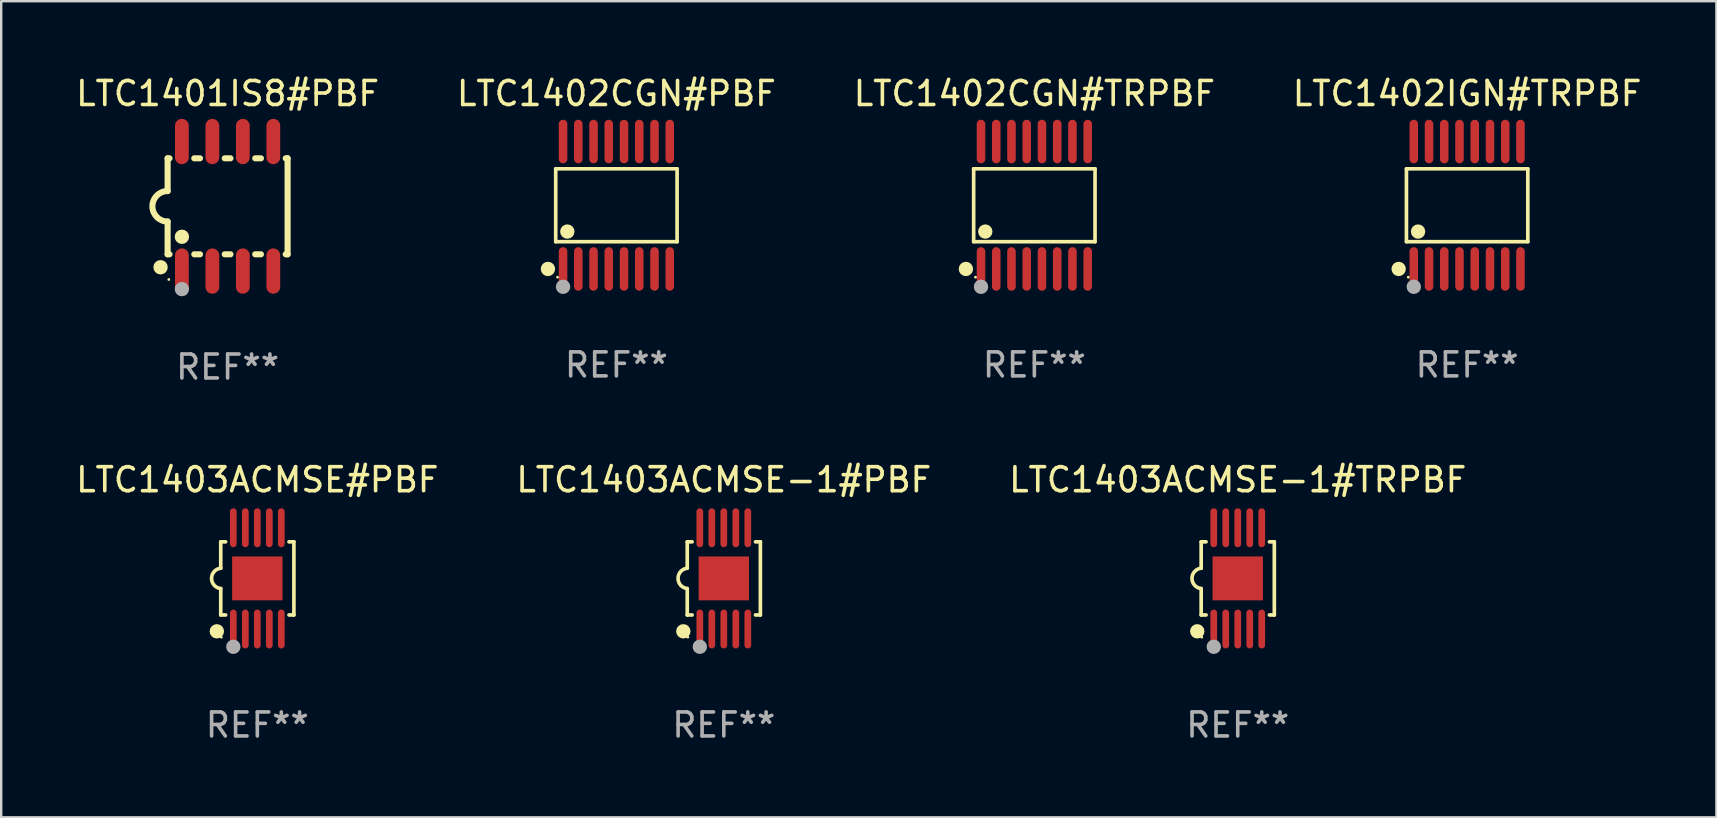
<source format=kicad_pcb>
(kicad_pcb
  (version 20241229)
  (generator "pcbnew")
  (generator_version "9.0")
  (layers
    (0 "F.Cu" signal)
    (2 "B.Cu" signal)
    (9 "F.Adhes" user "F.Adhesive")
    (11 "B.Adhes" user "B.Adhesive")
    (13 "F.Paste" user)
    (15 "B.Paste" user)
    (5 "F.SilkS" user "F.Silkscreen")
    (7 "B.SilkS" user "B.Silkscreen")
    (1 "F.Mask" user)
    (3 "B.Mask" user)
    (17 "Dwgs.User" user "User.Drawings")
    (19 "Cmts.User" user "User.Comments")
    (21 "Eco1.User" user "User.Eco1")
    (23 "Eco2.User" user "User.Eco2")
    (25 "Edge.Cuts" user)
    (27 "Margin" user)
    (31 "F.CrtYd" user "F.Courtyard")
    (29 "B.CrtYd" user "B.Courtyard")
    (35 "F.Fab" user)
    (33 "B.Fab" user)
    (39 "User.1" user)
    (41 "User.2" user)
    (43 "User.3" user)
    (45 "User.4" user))
  (footprint "LTC1402CGN#PBF"
    (layer "F.Cu")
    (at 22.637 5.503)
    (property "Reference" "LTC1402CGN#PBF" (at 0 -4.655 0) (layer "F.SilkS") (effects (font (size 1 1) (thickness 0.15))))
    (attr through_hole)
    (fp_line (start -2.529 -1.519) (end 2.529 -1.519) (stroke (width 0.152) (type solid)) (layer "F.SilkS"))
    (fp_line (start -2.529 1.519) (end -2.529 -1.519) (stroke (width 0.152) (type solid)) (layer "F.SilkS"))
    (fp_line (start 2.529 -1.519) (end 2.529 1.519) (stroke (width 0.152) (type solid)) (layer "F.SilkS"))
    (fp_line (start 2.529 1.519) (end -2.529 1.519) (stroke (width 0.152) (type solid)) (layer "F.SilkS"))
    (fp_circle (center -2.853 2.655) (end -2.703 2.655) (stroke (width 0.3) (type solid)) (fill no) (layer "F.SilkS"))
    (fp_circle (center -2.453 2.998) (end -2.423 2.998) (stroke (width 0.06) (type solid)) (fill no) (layer "F.SilkS"))
    (fp_circle (center -2.045 1.097) (end -1.895 1.097) (stroke (width 0.3) (type solid)) (fill no) (layer "F.SilkS"))
    (fp_circle (center -2.223 3.398) (end -2.072 3.398) (stroke (width 0.3) (type solid)) (fill no) (layer "F.Fab"))
    (fp_text user "REF**" (at 0 6.655 0) (layer "F.Fab") (effects (font (size 1 1) (thickness 0.15))))
    (pad "1" smd oval (at -2.223 2.655) (size 0.356 1.815) (layers "F.Cu" "F.Mask" "F.Paste"))
    (pad "2" smd oval (at -1.588 2.655) (size 0.356 1.815) (layers "F.Cu" "F.Mask" "F.Paste"))
    (pad "3" smd oval (at -0.953 2.655) (size 0.356 1.815) (layers "F.Cu" "F.Mask" "F.Paste"))
    (pad "4" smd oval (at -0.318 2.655) (size 0.356 1.815) (layers "F.Cu" "F.Mask" "F.Paste"))
    (pad "5" smd oval (at 0.318 2.655) (size 0.356 1.815) (layers "F.Cu" "F.Mask" "F.Paste"))
    (pad "6" smd oval (at 0.953 2.655) (size 0.356 1.815) (layers "F.Cu" "F.Mask" "F.Paste"))
    (pad "7" smd oval (at 1.588 2.655) (size 0.356 1.815) (layers "F.Cu" "F.Mask" "F.Paste"))
    (pad "8" smd oval (at 2.223 2.655) (size 0.356 1.815) (layers "F.Cu" "F.Mask" "F.Paste"))
    (pad "9" smd oval (at 2.223 -2.655) (size 0.356 1.815) (layers "F.Cu" "F.Mask" "F.Paste"))
    (pad "10" smd oval (at 1.588 -2.655) (size 0.356 1.815) (layers "F.Cu" "F.Mask" "F.Paste"))
    (pad "11" smd oval (at 0.953 -2.655) (size 0.356 1.815) (layers "F.Cu" "F.Mask" "F.Paste"))
    (pad "12" smd oval (at 0.318 -2.655) (size 0.356 1.815) (layers "F.Cu" "F.Mask" "F.Paste"))
    (pad "13" smd oval (at -0.318 -2.655) (size 0.356 1.815) (layers "F.Cu" "F.Mask" "F.Paste"))
    (pad "14" smd oval (at -0.953 -2.655) (size 0.356 1.815) (layers "F.Cu" "F.Mask" "F.Paste"))
    (pad "15" smd oval (at -1.588 -2.655) (size 0.356 1.815) (layers "F.Cu" "F.Mask" "F.Paste"))
    (pad "16" smd oval (at -2.223 -2.655) (size 0.356 1.815) (layers "F.Cu" "F.Mask" "F.Paste")))
  (footprint "LTC1402CGN#TRPBF"
    (layer "F.Cu")
    (at 40.054 5.503)
    (property "Reference" "LTC1402CGN#TRPBF" (at 0 -4.655 0) (layer "F.SilkS") (effects (font (size 1 1) (thickness 0.15))))
    (attr through_hole)
    (fp_line (start -2.529 -1.519) (end 2.529 -1.519) (stroke (width 0.152) (type solid)) (layer "F.SilkS"))
    (fp_line (start -2.529 1.519) (end -2.529 -1.519) (stroke (width 0.152) (type solid)) (layer "F.SilkS"))
    (fp_line (start 2.529 -1.519) (end 2.529 1.519) (stroke (width 0.152) (type solid)) (layer "F.SilkS"))
    (fp_line (start 2.529 1.519) (end -2.529 1.519) (stroke (width 0.152) (type solid)) (layer "F.SilkS"))
    (fp_circle (center -2.853 2.655) (end -2.703 2.655) (stroke (width 0.3) (type solid)) (fill no) (layer "F.SilkS"))
    (fp_circle (center -2.453 2.998) (end -2.423 2.998) (stroke (width 0.06) (type solid)) (fill no) (layer "F.SilkS"))
    (fp_circle (center -2.045 1.097) (end -1.895 1.097) (stroke (width 0.3) (type solid)) (fill no) (layer "F.SilkS"))
    (fp_circle (center -2.223 3.398) (end -2.072 3.398) (stroke (width 0.3) (type solid)) (fill no) (layer "F.Fab"))
    (fp_text user "REF**" (at 0 6.655 0) (layer "F.Fab") (effects (font (size 1 1) (thickness 0.15))))
    (pad "1" smd oval (at -2.223 2.655) (size 0.356 1.815) (layers "F.Cu" "F.Mask" "F.Paste"))
    (pad "2" smd oval (at -1.588 2.655) (size 0.356 1.815) (layers "F.Cu" "F.Mask" "F.Paste"))
    (pad "3" smd oval (at -0.953 2.655) (size 0.356 1.815) (layers "F.Cu" "F.Mask" "F.Paste"))
    (pad "4" smd oval (at -0.318 2.655) (size 0.356 1.815) (layers "F.Cu" "F.Mask" "F.Paste"))
    (pad "5" smd oval (at 0.318 2.655) (size 0.356 1.815) (layers "F.Cu" "F.Mask" "F.Paste"))
    (pad "6" smd oval (at 0.953 2.655) (size 0.356 1.815) (layers "F.Cu" "F.Mask" "F.Paste"))
    (pad "7" smd oval (at 1.588 2.655) (size 0.356 1.815) (layers "F.Cu" "F.Mask" "F.Paste"))
    (pad "8" smd oval (at 2.223 2.655) (size 0.356 1.815) (layers "F.Cu" "F.Mask" "F.Paste"))
    (pad "9" smd oval (at 2.223 -2.655) (size 0.356 1.815) (layers "F.Cu" "F.Mask" "F.Paste"))
    (pad "10" smd oval (at 1.588 -2.655) (size 0.356 1.815) (layers "F.Cu" "F.Mask" "F.Paste"))
    (pad "11" smd oval (at 0.953 -2.655) (size 0.356 1.815) (layers "F.Cu" "F.Mask" "F.Paste"))
    (pad "12" smd oval (at 0.318 -2.655) (size 0.356 1.815) (layers "F.Cu" "F.Mask" "F.Paste"))
    (pad "13" smd oval (at -0.318 -2.655) (size 0.356 1.815) (layers "F.Cu" "F.Mask" "F.Paste"))
    (pad "14" smd oval (at -0.953 -2.655) (size 0.356 1.815) (layers "F.Cu" "F.Mask" "F.Paste"))
    (pad "15" smd oval (at -1.588 -2.655) (size 0.356 1.815) (layers "F.Cu" "F.Mask" "F.Paste"))
    (pad "16" smd oval (at -2.223 -2.655) (size 0.356 1.815) (layers "F.Cu" "F.Mask" "F.Paste")))
  (footprint "LTC1403ACMSE-1#PBF"
    (layer "F.Cu")
    (at 27.113 21.053)
    (property "Reference" "LTC1403ACMSE-1#PBF" (at 0 -4.11 0) (layer "F.SilkS") (effects (font (size 1 1) (thickness 0.15))))
    (attr through_hole)
    (fp_line (start -1.524 -1.524) (end -1.524 -0.424) (stroke (width 0.152) (type solid)) (layer "F.SilkS"))
    (fp_line (start -1.524 1.524) (end -1.524 0.424) (stroke (width 0.152) (type solid)) (layer "F.SilkS"))
    (fp_line (start -1.524 1.524) (end -1.32 1.524) (stroke (width 0.152) (type solid)) (layer "F.SilkS"))
    (fp_line (start -1.32 -1.524) (end -1.524 -1.524) (stroke (width 0.152) (type solid)) (layer "F.SilkS"))
    (fp_line (start 1.32 1.524) (end 1.524 1.524) (stroke (width 0.152) (type solid)) (layer "F.SilkS"))
    (fp_line (start 1.524 -1.524) (end 1.32 -1.524) (stroke (width 0.152) (type solid)) (layer "F.SilkS"))
    (fp_line (start 1.524 1.524) (end 1.524 -1.524) (stroke (width 0.152) (type solid)) (layer "F.SilkS"))
    (fp_arc (start -1.524003 0.424003) (mid -1.906663 -0.000089) (end -1.524004 -0.424181) (stroke (width 0.151994) (type solid)) (layer "F.SilkS"))
    (fp_circle (center -1.687 2.205) (end -1.537 2.205) (stroke (width 0.3) (type solid)) (fill no) (layer "F.SilkS"))
    (fp_circle (center -1.5 2.45) (end -1.47 2.45) (stroke (width 0.06) (type solid)) (fill no) (layer "F.SilkS"))
    (fp_circle (center -1 2.85) (end -0.85 2.85) (stroke (width 0.3) (type solid)) (fill no) (layer "F.Fab"))
    (fp_text user "REF**" (at 0 6.11 0) (layer "F.Fab") (effects (font (size 1 1) (thickness 0.15))))
    (pad "1" smd oval (at -1 2.11) (size 0.28 1.62) (layers "F.Cu" "F.Mask" "F.Paste"))
    (pad "2" smd oval (at -0.5 2.11) (size 0.28 1.62) (layers "F.Cu" "F.Mask" "F.Paste"))
    (pad "3" smd oval (at 0 2.11) (size 0.28 1.62) (layers "F.Cu" "F.Mask" "F.Paste"))
    (pad "4" smd oval (at 0.5 2.11) (size 0.28 1.62) (layers "F.Cu" "F.Mask" "F.Paste"))
    (pad "5" smd oval (at 1 2.11) (size 0.28 1.62) (layers "F.Cu" "F.Mask" "F.Paste"))
    (pad "6" smd oval (at 1 -2.11) (size 0.28 1.62) (layers "F.Cu" "F.Mask" "F.Paste"))
    (pad "7" smd oval (at 0.5 -2.11) (size 0.28 1.62) (layers "F.Cu" "F.Mask" "F.Paste"))
    (pad "8" smd oval (at 0 -2.11) (size 0.28 1.62) (layers "F.Cu" "F.Mask" "F.Paste"))
    (pad "9" smd oval (at -0.5 -2.11) (size 0.28 1.62) (layers "F.Cu" "F.Mask" "F.Paste"))
    (pad "10" smd oval (at -1 -2.11) (size 0.28 1.62) (layers "F.Cu" "F.Mask" "F.Paste"))
    (pad "11" smd rect (at 0 0) (size 2.1 1.83) (layers "F.Cu" "F.Mask" "F.Paste")))
  (footprint "LTC1401IS8#PBF"
    (layer "F.Cu")
    (at 6.435 5.547)
    (property "Reference" "LTC1401IS8#PBF" (at 0 -4.699 0) (layer "F.SilkS") (effects (font (size 1 1) (thickness 0.15))))
    (attr through_hole)
    (fp_line (start -2.5 -2) (end -2.5 -0.635) (stroke (width 0.254) (type solid)) (layer "F.SilkS"))
    (fp_line (start -2.5 -2) (end -2.421 -2) (stroke (width 0.254) (type solid)) (layer "F.SilkS"))
    (fp_line (start -2.5 2) (end -2.5 0.635) (stroke (width 0.254) (type solid)) (layer "F.SilkS"))
    (fp_line (start -2.5 2) (end -2.421 2) (stroke (width 0.254) (type solid)) (layer "F.SilkS"))
    (fp_line (start -1.389 -2) (end -1.151 -2) (stroke (width 0.254) (type solid)) (layer "F.SilkS"))
    (fp_line (start -1.389 2) (end -1.151 2) (stroke (width 0.254) (type solid)) (layer "F.SilkS"))
    (fp_line (start -0.119 -2) (end 0.119 -2) (stroke (width 0.254) (type solid)) (layer "F.SilkS"))
    (fp_line (start -0.119 2) (end 0.119 2) (stroke (width 0.254) (type solid)) (layer "F.SilkS"))
    (fp_line (start 1.151 -2) (end 1.389 -2) (stroke (width 0.254) (type solid)) (layer "F.SilkS"))
    (fp_line (start 1.151 2) (end 1.389 2) (stroke (width 0.254) (type solid)) (layer "F.SilkS"))
    (fp_line (start 2.421 -2) (end 2.5 -2) (stroke (width 0.254) (type solid)) (layer "F.SilkS"))
    (fp_line (start 2.421 2) (end 2.5 2) (stroke (width 0.254) (type solid)) (layer "F.SilkS"))
    (fp_line (start 2.5 -2) (end 2.5 2) (stroke (width 0.254) (type solid)) (layer "F.SilkS"))
    (fp_arc (start -2.5 0.635001) (mid -3.134366 -0.000318) (end -2.499365 -0.635001) (stroke (width 0.254001) (type solid)) (layer "F.SilkS"))
    (fp_circle (center -2.794 2.54) (end -2.644 2.54) (stroke (width 0.3) (type solid)) (fill no) (layer "F.SilkS"))
    (fp_circle (center -2.45 3.05) (end -2.42 3.05) (stroke (width 0.06) (type solid)) (fill no) (layer "F.SilkS"))
    (fp_circle (center -1.905 1.27) (end -1.755 1.27) (stroke (width 0.3) (type solid)) (fill no) (layer "F.SilkS"))
    (fp_circle (center -1.905 3.45) (end -1.755 3.45) (stroke (width 0.3) (type solid)) (fill no) (layer "F.Fab"))
    (fp_text user "REF**" (at 0 6.699 0) (layer "F.Fab") (effects (font (size 1 1) (thickness 0.15))))
    (pad "1" smd oval (at -1.905 2.699) (size 0.574 1.888) (layers "F.Cu" "F.Mask" "F.Paste"))
    (pad "2" smd oval (at -0.635 2.699) (size 0.574 1.888) (layers "F.Cu" "F.Mask" "F.Paste"))
    (pad "3" smd oval (at 0.635 2.699) (size 0.574 1.888) (layers "F.Cu" "F.Mask" "F.Paste"))
    (pad "4" smd oval (at 1.905 2.699) (size 0.574 1.888) (layers "F.Cu" "F.Mask" "F.Paste"))
    (pad "5" smd oval (at 1.905 -2.699) (size 0.574 1.888) (layers "F.Cu" "F.Mask" "F.Paste"))
    (pad "6" smd oval (at 0.635 -2.699) (size 0.574 1.888) (layers "F.Cu" "F.Mask" "F.Paste"))
    (pad "7" smd oval (at -0.635 -2.699) (size 0.574 1.888) (layers "F.Cu" "F.Mask" "F.Paste"))
    (pad "8" smd oval (at -1.905 -2.699) (size 0.574 1.888) (layers "F.Cu" "F.Mask" "F.Paste")))
  (footprint "LTC1402IGN#TRPBF"
    (layer "F.Cu")
    (at 58.089 5.503)
    (property "Reference" "LTC1402IGN#TRPBF" (at 0 -4.655 0) (layer "F.SilkS") (effects (font (size 1 1) (thickness 0.15))))
    (attr through_hole)
    (fp_line (start -2.529 -1.519) (end 2.529 -1.519) (stroke (width 0.152) (type solid)) (layer "F.SilkS"))
    (fp_line (start -2.529 1.519) (end -2.529 -1.519) (stroke (width 0.152) (type solid)) (layer "F.SilkS"))
    (fp_line (start 2.529 -1.519) (end 2.529 1.519) (stroke (width 0.152) (type solid)) (layer "F.SilkS"))
    (fp_line (start 2.529 1.519) (end -2.529 1.519) (stroke (width 0.152) (type solid)) (layer "F.SilkS"))
    (fp_circle (center -2.853 2.655) (end -2.703 2.655) (stroke (width 0.3) (type solid)) (fill no) (layer "F.SilkS"))
    (fp_circle (center -2.453 2.998) (end -2.423 2.998) (stroke (width 0.06) (type solid)) (fill no) (layer "F.SilkS"))
    (fp_circle (center -2.045 1.097) (end -1.895 1.097) (stroke (width 0.3) (type solid)) (fill no) (layer "F.SilkS"))
    (fp_circle (center -2.223 3.398) (end -2.072 3.398) (stroke (width 0.3) (type solid)) (fill no) (layer "F.Fab"))
    (fp_text user "REF**" (at 0 6.655 0) (layer "F.Fab") (effects (font (size 1 1) (thickness 0.15))))
    (pad "1" smd oval (at -2.223 2.655) (size 0.356 1.815) (layers "F.Cu" "F.Mask" "F.Paste"))
    (pad "2" smd oval (at -1.588 2.655) (size 0.356 1.815) (layers "F.Cu" "F.Mask" "F.Paste"))
    (pad "3" smd oval (at -0.953 2.655) (size 0.356 1.815) (layers "F.Cu" "F.Mask" "F.Paste"))
    (pad "4" smd oval (at -0.318 2.655) (size 0.356 1.815) (layers "F.Cu" "F.Mask" "F.Paste"))
    (pad "5" smd oval (at 0.318 2.655) (size 0.356 1.815) (layers "F.Cu" "F.Mask" "F.Paste"))
    (pad "6" smd oval (at 0.953 2.655) (size 0.356 1.815) (layers "F.Cu" "F.Mask" "F.Paste"))
    (pad "7" smd oval (at 1.588 2.655) (size 0.356 1.815) (layers "F.Cu" "F.Mask" "F.Paste"))
    (pad "8" smd oval (at 2.223 2.655) (size 0.356 1.815) (layers "F.Cu" "F.Mask" "F.Paste"))
    (pad "9" smd oval (at 2.223 -2.655) (size 0.356 1.815) (layers "F.Cu" "F.Mask" "F.Paste"))
    (pad "10" smd oval (at 1.588 -2.655) (size 0.356 1.815) (layers "F.Cu" "F.Mask" "F.Paste"))
    (pad "11" smd oval (at 0.953 -2.655) (size 0.356 1.815) (layers "F.Cu" "F.Mask" "F.Paste"))
    (pad "12" smd oval (at 0.318 -2.655) (size 0.356 1.815) (layers "F.Cu" "F.Mask" "F.Paste"))
    (pad "13" smd oval (at -0.318 -2.655) (size 0.356 1.815) (layers "F.Cu" "F.Mask" "F.Paste"))
    (pad "14" smd oval (at -0.953 -2.655) (size 0.356 1.815) (layers "F.Cu" "F.Mask" "F.Paste"))
    (pad "15" smd oval (at -1.588 -2.655) (size 0.356 1.815) (layers "F.Cu" "F.Mask" "F.Paste"))
    (pad "16" smd oval (at -2.223 -2.655) (size 0.356 1.815) (layers "F.Cu" "F.Mask" "F.Paste")))
  (footprint "LTC1403ACMSE-1#TRPBF"
    (layer "F.Cu")
    (at 48.53 21.053)
    (property "Reference" "LTC1403ACMSE-1#TRPBF" (at 0 -4.11 0) (layer "F.SilkS") (effects (font (size 1 1) (thickness 0.15))))
    (attr through_hole)
    (fp_line (start -1.524 -1.524) (end -1.524 -0.424) (stroke (width 0.152) (type solid)) (layer "F.SilkS"))
    (fp_line (start -1.524 1.524) (end -1.524 0.424) (stroke (width 0.152) (type solid)) (layer "F.SilkS"))
    (fp_line (start -1.524 1.524) (end -1.32 1.524) (stroke (width 0.152) (type solid)) (layer "F.SilkS"))
    (fp_line (start -1.32 -1.524) (end -1.524 -1.524) (stroke (width 0.152) (type solid)) (layer "F.SilkS"))
    (fp_line (start 1.32 1.524) (end 1.524 1.524) (stroke (width 0.152) (type solid)) (layer "F.SilkS"))
    (fp_line (start 1.524 -1.524) (end 1.32 -1.524) (stroke (width 0.152) (type solid)) (layer "F.SilkS"))
    (fp_line (start 1.524 1.524) (end 1.524 -1.524) (stroke (width 0.152) (type solid)) (layer "F.SilkS"))
    (fp_arc (start -1.524003 0.424003) (mid -1.906663 -0.000089) (end -1.524004 -0.424181) (stroke (width 0.151994) (type solid)) (layer "F.SilkS"))
    (fp_circle (center -1.687 2.205) (end -1.537 2.205) (stroke (width 0.3) (type solid)) (fill no) (layer "F.SilkS"))
    (fp_circle (center -1.5 2.45) (end -1.47 2.45) (stroke (width 0.06) (type solid)) (fill no) (layer "F.SilkS"))
    (fp_circle (center -1 2.85) (end -0.85 2.85) (stroke (width 0.3) (type solid)) (fill no) (layer "F.Fab"))
    (fp_text user "REF**" (at 0 6.11 0) (layer "F.Fab") (effects (font (size 1 1) (thickness 0.15))))
    (pad "1" smd oval (at -1 2.11) (size 0.28 1.62) (layers "F.Cu" "F.Mask" "F.Paste"))
    (pad "2" smd oval (at -0.5 2.11) (size 0.28 1.62) (layers "F.Cu" "F.Mask" "F.Paste"))
    (pad "3" smd oval (at 0 2.11) (size 0.28 1.62) (layers "F.Cu" "F.Mask" "F.Paste"))
    (pad "4" smd oval (at 0.5 2.11) (size 0.28 1.62) (layers "F.Cu" "F.Mask" "F.Paste"))
    (pad "5" smd oval (at 1 2.11) (size 0.28 1.62) (layers "F.Cu" "F.Mask" "F.Paste"))
    (pad "6" smd oval (at 1 -2.11) (size 0.28 1.62) (layers "F.Cu" "F.Mask" "F.Paste"))
    (pad "7" smd oval (at 0.5 -2.11) (size 0.28 1.62) (layers "F.Cu" "F.Mask" "F.Paste"))
    (pad "8" smd oval (at 0 -2.11) (size 0.28 1.62) (layers "F.Cu" "F.Mask" "F.Paste"))
    (pad "9" smd oval (at -0.5 -2.11) (size 0.28 1.62) (layers "F.Cu" "F.Mask" "F.Paste"))
    (pad "10" smd oval (at -1 -2.11) (size 0.28 1.62) (layers "F.Cu" "F.Mask" "F.Paste"))
    (pad "11" smd rect (at 0 0) (size 2.1 1.83) (layers "F.Cu" "F.Mask" "F.Paste")))
  (footprint "LTC1403ACMSE#PBF"
    (layer "F.Cu")
    (at 7.673 21.053)
    (property "Reference" "LTC1403ACMSE#PBF" (at 0 -4.11 0) (layer "F.SilkS") (effects (font (size 1 1) (thickness 0.15))))
    (attr through_hole)
    (fp_line (start -1.524 -1.524) (end -1.524 -0.424) (stroke (width 0.152) (type solid)) (layer "F.SilkS"))
    (fp_line (start -1.524 1.524) (end -1.524 0.424) (stroke (width 0.152) (type solid)) (layer "F.SilkS"))
    (fp_line (start -1.524 1.524) (end -1.32 1.524) (stroke (width 0.152) (type solid)) (layer "F.SilkS"))
    (fp_line (start -1.32 -1.524) (end -1.524 -1.524) (stroke (width 0.152) (type solid)) (layer "F.SilkS"))
    (fp_line (start 1.32 1.524) (end 1.524 1.524) (stroke (width 0.152) (type solid)) (layer "F.SilkS"))
    (fp_line (start 1.524 -1.524) (end 1.32 -1.524) (stroke (width 0.152) (type solid)) (layer "F.SilkS"))
    (fp_line (start 1.524 1.524) (end 1.524 -1.524) (stroke (width 0.152) (type solid)) (layer "F.SilkS"))
    (fp_arc (start -1.524003 0.424003) (mid -1.906663 -0.000089) (end -1.524004 -0.424181) (stroke (width 0.151994) (type solid)) (layer "F.SilkS"))
    (fp_circle (center -1.687 2.205) (end -1.537 2.205) (stroke (width 0.3) (type solid)) (fill no) (layer "F.SilkS"))
    (fp_circle (center -1.5 2.45) (end -1.47 2.45) (stroke (width 0.06) (type solid)) (fill no) (layer "F.SilkS"))
    (fp_circle (center -1 2.85) (end -0.85 2.85) (stroke (width 0.3) (type solid)) (fill no) (layer "F.Fab"))
    (fp_text user "REF**" (at 0 6.11 0) (layer "F.Fab") (effects (font (size 1 1) (thickness 0.15))))
    (pad "1" smd oval (at -1 2.11) (size 0.28 1.62) (layers "F.Cu" "F.Mask" "F.Paste"))
    (pad "2" smd oval (at -0.5 2.11) (size 0.28 1.62) (layers "F.Cu" "F.Mask" "F.Paste"))
    (pad "3" smd oval (at 0 2.11) (size 0.28 1.62) (layers "F.Cu" "F.Mask" "F.Paste"))
    (pad "4" smd oval (at 0.5 2.11) (size 0.28 1.62) (layers "F.Cu" "F.Mask" "F.Paste"))
    (pad "5" smd oval (at 1 2.11) (size 0.28 1.62) (layers "F.Cu" "F.Mask" "F.Paste"))
    (pad "6" smd oval (at 1 -2.11) (size 0.28 1.62) (layers "F.Cu" "F.Mask" "F.Paste"))
    (pad "7" smd oval (at 0.5 -2.11) (size 0.28 1.62) (layers "F.Cu" "F.Mask" "F.Paste"))
    (pad "8" smd oval (at 0 -2.11) (size 0.28 1.62) (layers "F.Cu" "F.Mask" "F.Paste"))
    (pad "9" smd oval (at -0.5 -2.11) (size 0.28 1.62) (layers "F.Cu" "F.Mask" "F.Paste"))
    (pad "10" smd oval (at -1 -2.11) (size 0.28 1.62) (layers "F.Cu" "F.Mask" "F.Paste"))
    (pad "11" smd rect (at 0 0) (size 2.1 1.83) (layers "F.Cu" "F.Mask" "F.Paste")))
  (gr_rect
    (start -3 -3)
    (end 68.476 31.011)
    (stroke (width 0.1) (type default))
    (fill no)
    (layer "Edge.Cuts")))
</source>
